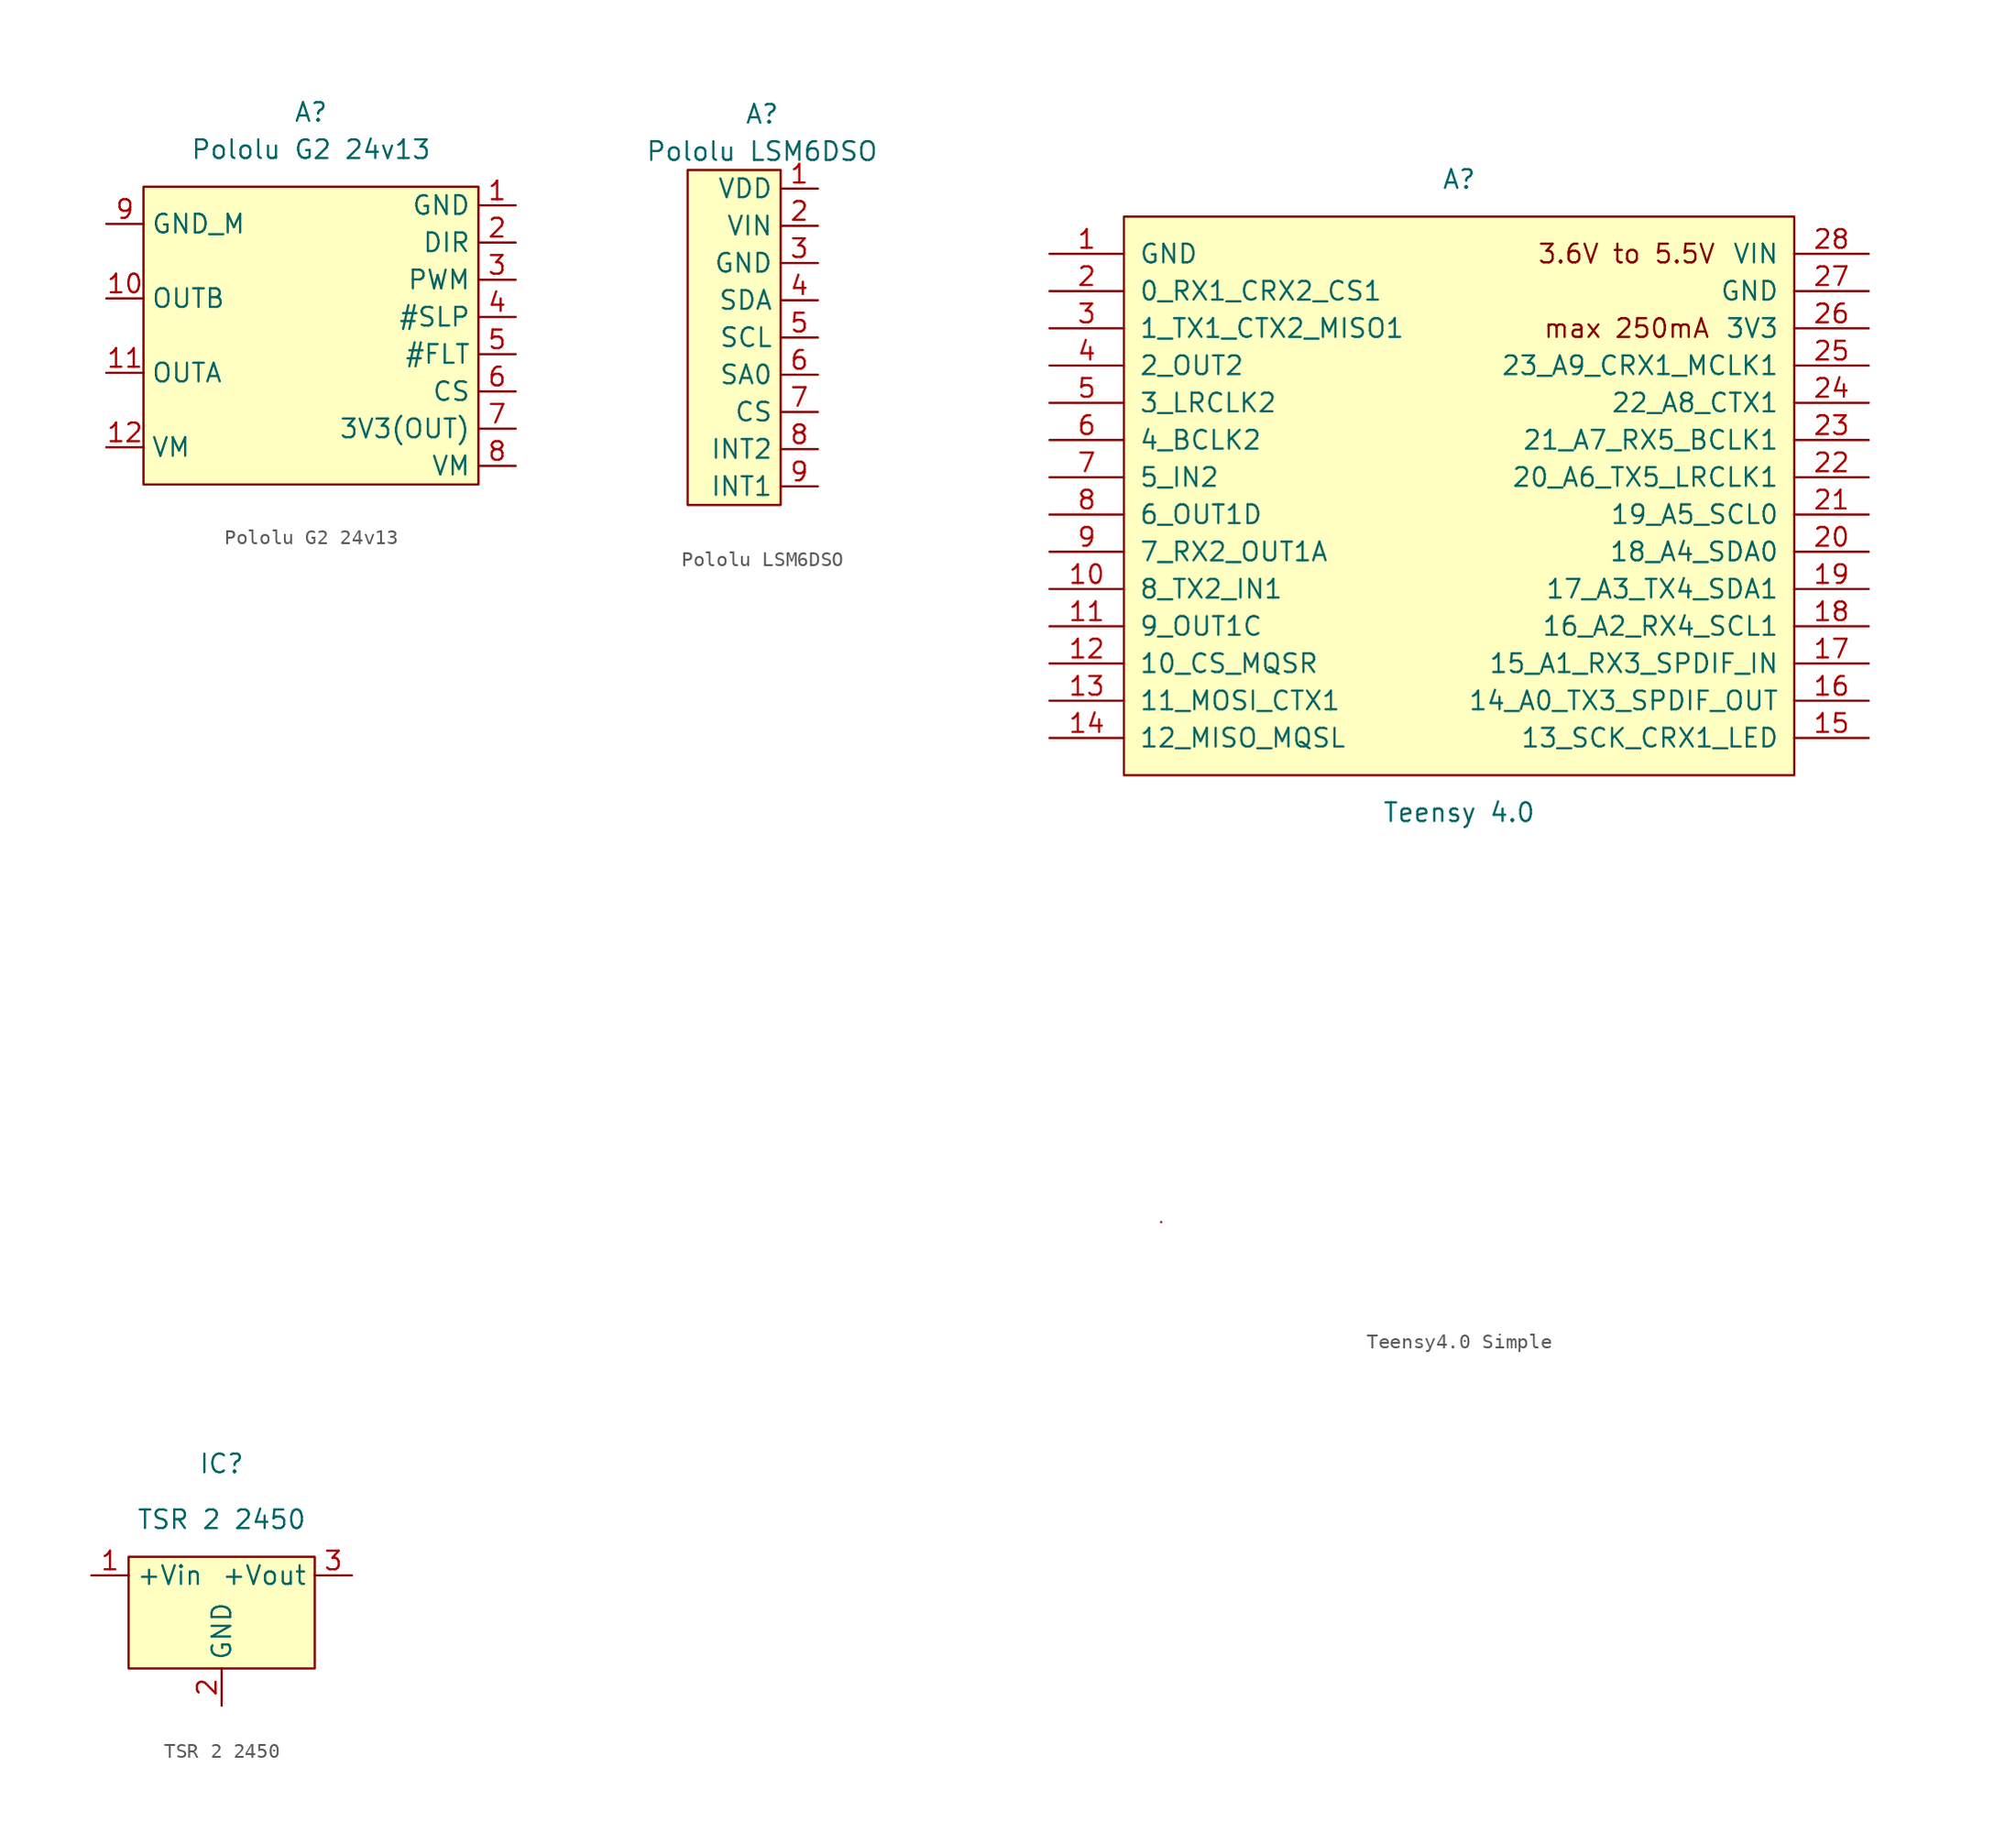
<source format=kicad_sym>
(kicad_symbol_lib
  (version 20231120)
  (generator "kicad_symbol_editor")
  (generator_version "8.0")
  (symbol "Pololu G2 24v13"
    (property "Reference" "A"
      (at 0 8.89 0)
      (effects (font (size 1.27 1.27))))
    (property "Value" "Pololu G2 24v13"
      (at 0 6.35 0)
      (effects (font (size 1.27 1.27))))
    (symbol "Pololu G2 24v13_1_1"
      (rectangle (start -11.43 3.81) (end 11.43 -16.51) (stroke (width 0) (type default)) (fill (type background)))
      (pin input line (at 13.97 2.54 180) (length 2.54) (name "GND" (effects (font (size 1.27 1.27)))) (number "1" (effects (font (size 1.27 1.27)))))
      (pin output line (at -13.97 -3.81 0) (length 2.54) (name "OUTB" (effects (font (size 1.27 1.27)))) (number "10" (effects (font (size 1.27 1.27)))))
      (pin output line (at -13.97 -8.89 0) (length 2.54) (name "OUTA" (effects (font (size 1.27 1.27)))) (number "11" (effects (font (size 1.27 1.27)))))
      (pin input line (at -13.97 -13.97 0) (length 2.54) (name "VM" (effects (font (size 1.27 1.27)))) (number "12" (effects (font (size 1.27 1.27)))))
      (pin input line (at 13.97 0 180) (length 2.54) (name "DIR" (effects (font (size 1.27 1.27)))) (number "2" (effects (font (size 1.27 1.27)))))
      (pin input line (at 13.97 -2.54 180) (length 2.54) (name "PWM" (effects (font (size 1.27 1.27)))) (number "3" (effects (font (size 1.27 1.27)))))
      (pin input line (at 13.97 -5.08 180) (length 2.54) (name "#SLP" (effects (font (size 1.27 1.27)))) (number "4" (effects (font (size 1.27 1.27)))))
      (pin output line (at 13.97 -7.62 180) (length 2.54) (name "#FLT" (effects (font (size 1.27 1.27)))) (number "5" (effects (font (size 1.27 1.27)))))
      (pin output line (at 13.97 -10.16 180) (length 2.54) (name "CS" (effects (font (size 1.27 1.27)))) (number "6" (effects (font (size 1.27 1.27)))))
      (pin output line (at 13.97 -12.7 180) (length 2.54) (name "3V3(OUT)" (effects (font (size 1.27 1.27)))) (number "7" (effects (font (size 1.27 1.27)))))
      (pin output line (at 13.97 -15.24 180) (length 2.54) (name "VM" (effects (font (size 1.27 1.27)))) (number "8" (effects (font (size 1.27 1.27)))))
      (pin input line (at -13.97 1.27 0) (length 2.54) (name "GND_M" (effects (font (size 1.27 1.27)))) (number "9" (effects (font (size 1.27 1.27)))))))
  (symbol "Pololu LSM6DSO"
    (property "Reference" "A"
      (at 0 5.08 0)
      (effects (font (size 1.27 1.27))))
    (property "Value" "Pololu LSM6DSO"
      (at 0 2.54 0)
      (effects (font (size 1.27 1.27))))
    (symbol "Pololu LSM6DSO_1_1"
      (rectangle (start -5.08 1.27) (end 1.27 -21.59) (stroke (width 0) (type default)) (fill (type background)))
      (pin output line (at 3.81 0 180) (length 2.54) (name "VDD" (effects (font (size 1.27 1.27)))) (number "1" (effects (font (size 1.27 1.27)))))
      (pin input line (at 3.81 -2.54 180) (length 2.54) (name "VIN" (effects (font (size 1.27 1.27)))) (number "2" (effects (font (size 1.27 1.27)))))
      (pin input line (at 3.81 -5.08 180) (length 2.54) (name "GND" (effects (font (size 1.27 1.27)))) (number "3" (effects (font (size 1.27 1.27)))))
      (pin bidirectional line (at 3.81 -7.62 180) (length 2.54) (name "SDA" (effects (font (size 1.27 1.27)))) (number "4" (effects (font (size 1.27 1.27)))))
      (pin input line (at 3.81 -10.16 180) (length 2.54) (name "SCL" (effects (font (size 1.27 1.27)))) (number "5" (effects (font (size 1.27 1.27)))))
      (pin input line (at 3.81 -12.7 180) (length 2.54) (name "SA0" (effects (font (size 1.27 1.27)))) (number "6" (effects (font (size 1.27 1.27)))))
      (pin input line (at 3.81 -15.24 180) (length 2.54) (name "CS" (effects (font (size 1.27 1.27)))) (number "7" (effects (font (size 1.27 1.27)))))
      (pin input line (at 3.81 -17.78 180) (length 2.54) (name "INT2" (effects (font (size 1.27 1.27)))) (number "8" (effects (font (size 1.27 1.27)))))
      (pin input line (at 3.81 -20.32 180) (length 2.54) (name "INT1" (effects (font (size 1.27 1.27)))) (number "9" (effects (font (size 1.27 1.27)))))))
  (symbol "Teensy4.0 Simple"
    (pin_names
      (offset 1.016))
    (property "Reference" "A"
      (at 0 39.37 0)
      (effects (font (size 1.27 1.27))))
    (property "Value" "Teensy 4.0"
      (at 0 -3.81 0)
      (effects (font (size 1.27 1.27))))
    (symbol "Teensy4.0 Simple_0_0"
      (text "3.6V to 5.5V" (at 11.43 34.29 0) (effects (font (size 1.27 1.27))))
      (text "max 250mA" (at 11.43 29.21 0) (effects (font (size 1.27 1.27))))
      (pin bidirectional line (at -27.94 11.43 0) (length 5.08) (name "8_TX2_IN1" (effects (font (size 1.27 1.27)))) (number "10" (effects (font (size 1.27 1.27)))))
      (pin bidirectional line (at -27.94 8.89 0) (length 5.08) (name "9_OUT1C" (effects (font (size 1.27 1.27)))) (number "11" (effects (font (size 1.27 1.27)))))
      (pin bidirectional line (at -27.94 6.35 0) (length 5.08) (name "10_CS_MQSR" (effects (font (size 1.27 1.27)))) (number "12" (effects (font (size 1.27 1.27)))))
      (pin bidirectional line (at -27.94 3.81 0) (length 5.08) (name "11_MOSI_CTX1" (effects (font (size 1.27 1.27)))) (number "13" (effects (font (size 1.27 1.27)))))
      (pin bidirectional line (at -27.94 1.27 0) (length 5.08) (name "12_MISO_MQSL" (effects (font (size 1.27 1.27)))) (number "14" (effects (font (size 1.27 1.27)))))
      (pin bidirectional line (at -27.94 24.13 0) (length 5.08) (name "3_LRCLK2" (effects (font (size 1.27 1.27)))) (number "5" (effects (font (size 1.27 1.27)))))
      (pin bidirectional line (at -27.94 21.59 0) (length 5.08) (name "4_BCLK2" (effects (font (size 1.27 1.27)))) (number "6" (effects (font (size 1.27 1.27)))))
      (pin bidirectional line (at -27.94 19.05 0) (length 5.08) (name "5_IN2" (effects (font (size 1.27 1.27)))) (number "7" (effects (font (size 1.27 1.27)))))
      (pin bidirectional line (at -27.94 16.51 0) (length 5.08) (name "6_OUT1D" (effects (font (size 1.27 1.27)))) (number "8" (effects (font (size 1.27 1.27)))))
      (pin bidirectional line (at -27.94 13.97 0) (length 5.08) (name "7_RX2_OUT1A" (effects (font (size 1.27 1.27)))) (number "9" (effects (font (size 1.27 1.27))))))
    (symbol "Teensy4.0 Simple_0_1"
      (rectangle (start -20.32 -31.75) (end -20.32 -31.75) (stroke (width 0) (type solid)) (fill (type none))))
    (symbol "Teensy4.0 Simple_1_0"
      (pin bidirectional line (at 27.94 1.27 180) (length 5.08) (name "13_SCK_CRX1_LED" (effects (font (size 1.27 1.27)))) (number "15" (effects (font (size 1.27 1.27)))))
      (pin bidirectional line (at 27.94 3.81 180) (length 5.08) (name "14_A0_TX3_SPDIF_OUT" (effects (font (size 1.27 1.27)))) (number "16" (effects (font (size 1.27 1.27)))))
      (pin bidirectional line (at 27.94 6.35 180) (length 5.08) (name "15_A1_RX3_SPDIF_IN" (effects (font (size 1.27 1.27)))) (number "17" (effects (font (size 1.27 1.27)))))
      (pin bidirectional line (at 27.94 8.89 180) (length 5.08) (name "16_A2_RX4_SCL1" (effects (font (size 1.27 1.27)))) (number "18" (effects (font (size 1.27 1.27)))))
      (pin bidirectional line (at 27.94 11.43 180) (length 5.08) (name "17_A3_TX4_SDA1" (effects (font (size 1.27 1.27)))) (number "19" (effects (font (size 1.27 1.27)))))
      (pin bidirectional line (at 27.94 13.97 180) (length 5.08) (name "18_A4_SDA0" (effects (font (size 1.27 1.27)))) (number "20" (effects (font (size 1.27 1.27)))))
      (pin bidirectional line (at 27.94 16.51 180) (length 5.08) (name "19_A5_SCL0" (effects (font (size 1.27 1.27)))) (number "21" (effects (font (size 1.27 1.27)))))
      (pin bidirectional line (at 27.94 19.05 180) (length 5.08) (name "20_A6_TX5_LRCLK1" (effects (font (size 1.27 1.27)))) (number "22" (effects (font (size 1.27 1.27)))))
      (pin bidirectional line (at 27.94 21.59 180) (length 5.08) (name "21_A7_RX5_BCLK1" (effects (font (size 1.27 1.27)))) (number "23" (effects (font (size 1.27 1.27)))))
      (pin bidirectional line (at 27.94 24.13 180) (length 5.08) (name "22_A8_CTX1" (effects (font (size 1.27 1.27)))) (number "24" (effects (font (size 1.27 1.27)))))
      (pin bidirectional line (at 27.94 26.67 180) (length 5.08) (name "23_A9_CRX1_MCLK1" (effects (font (size 1.27 1.27)))) (number "25" (effects (font (size 1.27 1.27)))))
      (pin power_out line (at 27.94 29.21 180) (length 5.08) (name "3V3" (effects (font (size 1.27 1.27)))) (number "26" (effects (font (size 1.27 1.27)))))
      (pin power_in line (at 27.94 31.75 180) (length 5.08) (name "GND" (effects (font (size 1.27 1.27)))) (number "27" (effects (font (size 1.27 1.27)))))
      (pin power_in line (at 27.94 34.29 180) (length 5.08) (name "VIN" (effects (font (size 1.27 1.27)))) (number "28" (effects (font (size 1.27 1.27))))))
    (symbol "Teensy4.0 Simple_1_1"
      (rectangle (start -22.86 36.83) (end 22.86 -1.27) (stroke (width 0) (type solid)) (fill (type background)))
      (pin power_in line (at -27.94 34.29 0) (length 5.08) (name "GND" (effects (font (size 1.27 1.27)))) (number "1" (effects (font (size 1.27 1.27)))))
      (pin bidirectional line (at -27.94 31.75 0) (length 5.08) (name "0_RX1_CRX2_CS1" (effects (font (size 1.27 1.27)))) (number "2" (effects (font (size 1.27 1.27)))))
      (pin bidirectional line (at -27.94 29.21 0) (length 5.08) (name "1_TX1_CTX2_MISO1" (effects (font (size 1.27 1.27)))) (number "3" (effects (font (size 1.27 1.27)))))
      (pin bidirectional line (at -27.94 26.67 0) (length 5.08) (name "2_OUT2" (effects (font (size 1.27 1.27)))) (number "4" (effects (font (size 1.27 1.27)))))))
  (symbol "TSR 2 2450"
    (property "Reference" "IC"
      (at 0 7.62 0)
      (effects (font (size 1.27 1.27))))
    (property "Value" "TSR 2 2450"
      (at 0 3.81 0)
      (effects (font (size 1.27 1.27))))
    (symbol "TSR 2 2450_1_1"
      (rectangle (start -6.35 1.27) (end 6.35 -6.35) (stroke (width 0) (type default)) (fill (type background)))
      (pin input line (at -8.89 0 0) (length 2.54) (name "+Vin" (effects (font (size 1.27 1.27)))) (number "1" (effects (font (size 1.27 1.27)))))
      (pin input line (at 0 -8.89 90) (length 2.54) (name "GND" (effects (font (size 1.27 1.27)))) (number "2" (effects (font (size 1.27 1.27)))))
      (pin input line (at 8.89 0 180) (length 2.54) (name "+Vout" (effects (font (size 1.27 1.27)))) (number "3" (effects (font (size 1.27 1.27))))))))
</source>
